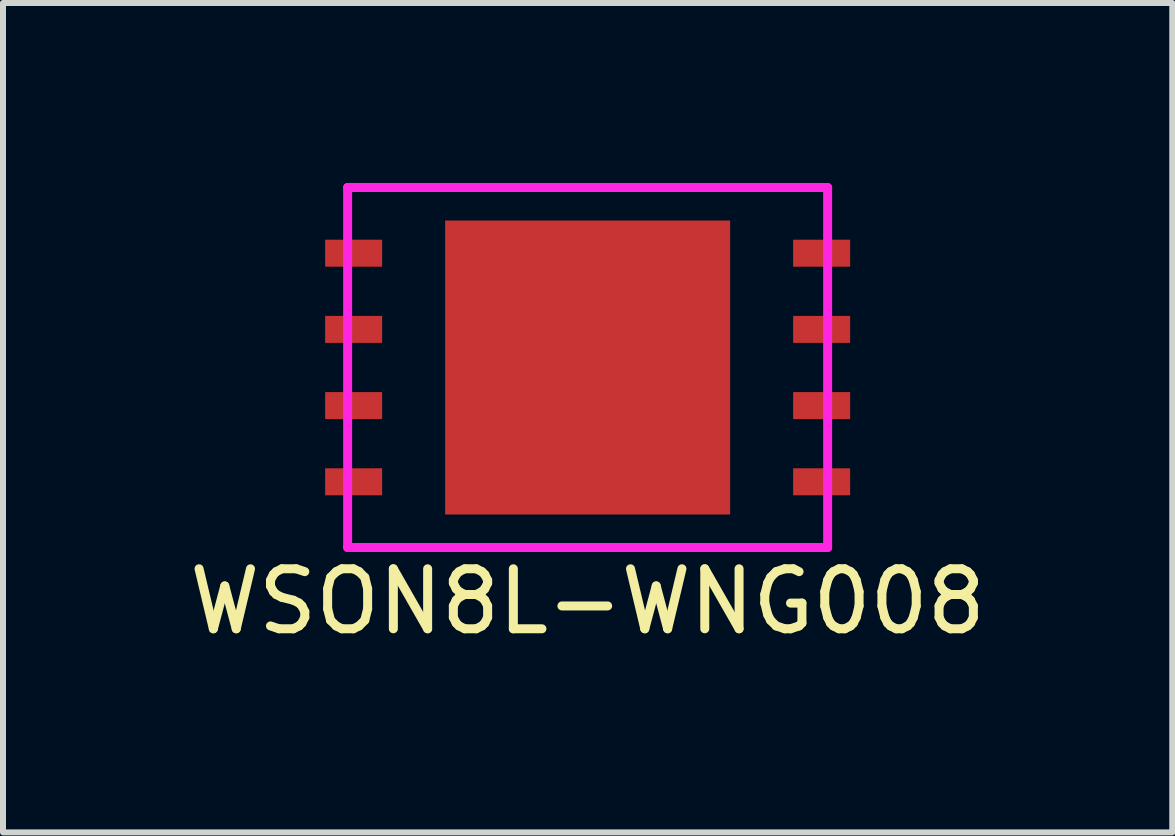
<source format=kicad_pcb>
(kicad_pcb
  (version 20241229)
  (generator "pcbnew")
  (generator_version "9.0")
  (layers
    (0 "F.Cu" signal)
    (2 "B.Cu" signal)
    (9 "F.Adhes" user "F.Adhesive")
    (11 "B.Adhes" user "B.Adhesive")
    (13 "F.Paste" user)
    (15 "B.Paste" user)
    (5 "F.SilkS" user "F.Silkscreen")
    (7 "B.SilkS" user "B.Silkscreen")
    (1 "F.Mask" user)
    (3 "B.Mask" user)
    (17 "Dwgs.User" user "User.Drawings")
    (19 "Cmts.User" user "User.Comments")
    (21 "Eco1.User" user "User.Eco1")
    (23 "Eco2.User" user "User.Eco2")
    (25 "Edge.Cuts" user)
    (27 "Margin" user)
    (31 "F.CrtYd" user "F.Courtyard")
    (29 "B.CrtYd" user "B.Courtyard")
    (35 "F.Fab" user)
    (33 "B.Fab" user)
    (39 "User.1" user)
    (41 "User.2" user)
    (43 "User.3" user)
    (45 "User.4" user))
  (footprint "WSON8L-WNG008"
    (layer "F.Cu")
    (at 6.744 3.075)
    (property "Reference" "WSON8L-WNG008" (at 0 3.9 0) (layer "F.SilkS") (effects (font (size 1 1) (thickness 0.15))))
    (attr through_hole)
    (fp_line (start -4 -3) (end 4 -3) (stroke (width 0.15) (type solid)) (layer "F.CrtYd"))
    (fp_line (start -4 3) (end -4 -3) (stroke (width 0.15) (type solid)) (layer "F.CrtYd"))
    (fp_line (start 4 -3) (end 4 3) (stroke (width 0.15) (type solid)) (layer "F.CrtYd"))
    (fp_line (start 4 3) (end -4 3) (stroke (width 0.15) (type solid)) (layer "F.CrtYd"))
    (pad "1" smd rect (at -3.9 -1.905) (size 0.95 0.45) (layers "F.Cu" "F.Mask" "F.Paste"))
    (pad "2" smd rect (at -3.9 -0.635) (size 0.95 0.45) (layers "F.Cu" "F.Mask" "F.Paste"))
    (pad "3" smd rect (at -3.9 0.635) (size 0.95 0.45) (layers "F.Cu" "F.Mask" "F.Paste"))
    (pad "4" smd rect (at -3.9 1.905) (size 0.95 0.45) (layers "F.Cu" "F.Mask" "F.Paste"))
    (pad "5" smd rect (at 3.9 1.905) (size 0.95 0.45) (layers "F.Cu" "F.Mask" "F.Paste"))
    (pad "6" smd rect (at 3.9 0.635) (size 0.95 0.45) (layers "F.Cu" "F.Mask" "F.Paste"))
    (pad "7" smd rect (at 3.9 -0.635) (size 0.95 0.45) (layers "F.Cu" "F.Mask" "F.Paste"))
    (pad "8" smd rect (at 3.9 -1.905) (size 0.95 0.45) (layers "F.Cu" "F.Mask" "F.Paste"))
    (pad "EP" smd rect (at 0 0) (size 4.75 4.9) (layers "F.Cu" "F.Mask" "F.Paste")))
  (gr_rect
    (start -3 -3)
    (end 16.488 10.823)
    (stroke (width 0.1) (type default))
    (fill no)
    (layer "Edge.Cuts")))
</source>
